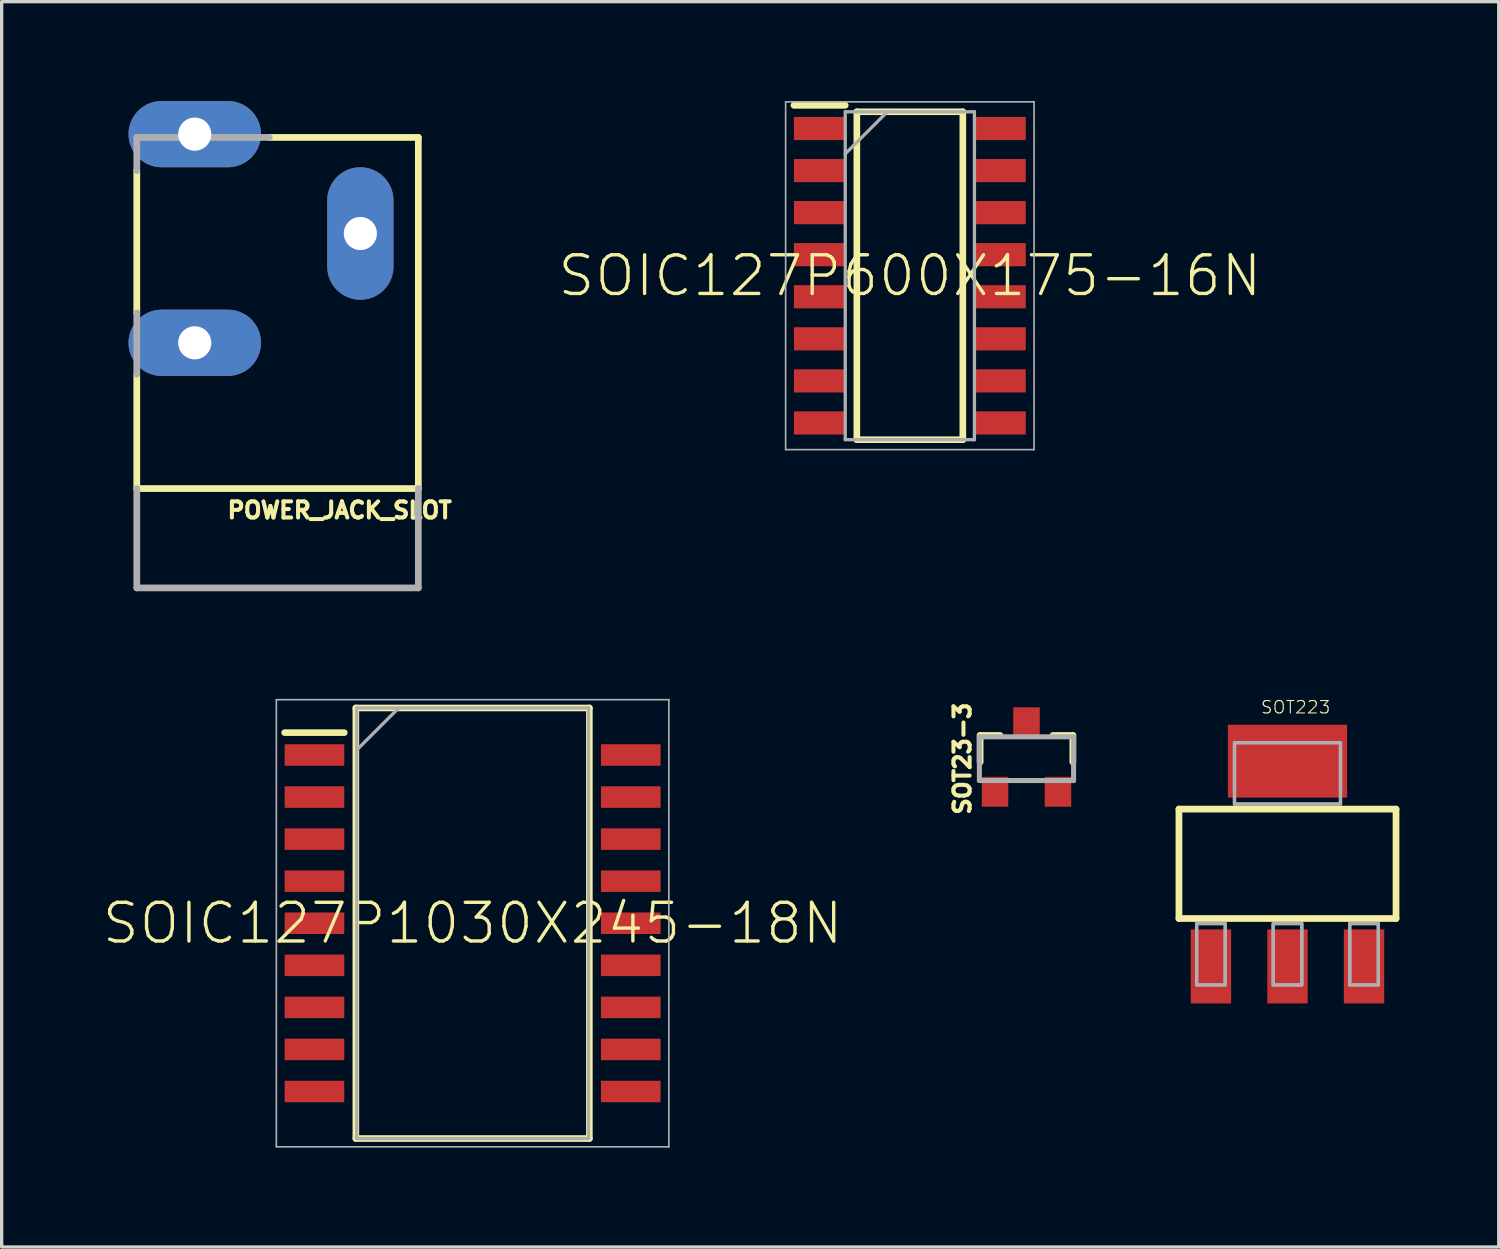
<source format=kicad_pcb>
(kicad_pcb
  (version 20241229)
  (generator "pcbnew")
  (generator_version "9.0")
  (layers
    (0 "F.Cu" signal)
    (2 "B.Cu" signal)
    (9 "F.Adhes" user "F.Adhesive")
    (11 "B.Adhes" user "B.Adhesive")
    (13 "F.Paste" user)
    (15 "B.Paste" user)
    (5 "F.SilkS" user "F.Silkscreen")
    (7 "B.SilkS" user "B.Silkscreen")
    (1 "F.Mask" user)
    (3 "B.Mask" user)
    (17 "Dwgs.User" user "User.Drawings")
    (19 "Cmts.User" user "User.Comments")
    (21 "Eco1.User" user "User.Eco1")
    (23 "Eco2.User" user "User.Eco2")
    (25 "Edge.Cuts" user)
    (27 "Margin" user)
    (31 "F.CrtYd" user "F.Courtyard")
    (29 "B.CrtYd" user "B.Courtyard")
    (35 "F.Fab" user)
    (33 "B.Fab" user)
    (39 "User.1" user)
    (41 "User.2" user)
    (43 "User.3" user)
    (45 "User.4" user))
  (footprint "SOIC127P600X175-16N"
    (layer "F.Cu")
    (at 24.42 5.275)
    (property "Reference" "SOIC127P600X175-16N" (at 0 0 0) (unlocked yes) (layer "F.SilkS") (effects (font (size 1.168 1.168) (thickness 0.102))))
    (fp_line (start -3.5 -5.145) (end -1.95 -5.145) (stroke (width 0.2) (type solid)) (layer "F.SilkS"))
    (fp_line (start -1.6 -4.95) (end 1.6 -4.95) (stroke (width 0.2) (type solid)) (layer "F.SilkS"))
    (fp_line (start -1.6 4.95) (end -1.6 -4.95) (stroke (width 0.2) (type solid)) (layer "F.SilkS"))
    (fp_line (start 1.6 -4.95) (end 1.6 4.95) (stroke (width 0.2) (type solid)) (layer "F.SilkS"))
    (fp_line (start 1.6 4.95) (end -1.6 4.95) (stroke (width 0.2) (type solid)) (layer "F.SilkS"))
    (fp_line (start -3.75 -5.25) (end 3.75 -5.25) (stroke (width 0.05) (type solid)) (layer "F.Fab"))
    (fp_line (start -3.75 5.25) (end -3.75 -5.25) (stroke (width 0.05) (type solid)) (layer "F.Fab"))
    (fp_line (start -1.95 -4.95) (end 1.95 -4.95) (stroke (width 0.1) (type solid)) (layer "F.Fab"))
    (fp_line (start -1.95 -3.68) (end -0.68 -4.95) (stroke (width 0.1) (type solid)) (layer "F.Fab"))
    (fp_line (start -1.95 4.95) (end -1.95 -4.95) (stroke (width 0.1) (type solid)) (layer "F.Fab"))
    (fp_line (start 1.95 -4.95) (end 1.95 4.95) (stroke (width 0.1) (type solid)) (layer "F.Fab"))
    (fp_line (start 1.95 4.95) (end -1.95 4.95) (stroke (width 0.1) (type solid)) (layer "F.Fab"))
    (fp_line (start 3.75 -5.25) (end 3.75 5.25) (stroke (width 0.05) (type solid)) (layer "F.Fab"))
    (fp_line (start 3.75 5.25) (end -3.75 5.25) (stroke (width 0.05) (type solid)) (layer "F.Fab"))
    (pad "1" smd rect (at -2.725 -4.445) (size 1.55 0.7) (layers "F.Cu" "F.Mask" "F.Paste"))
    (pad "2" smd rect (at -2.725 -3.175) (size 1.55 0.7) (layers "F.Cu" "F.Mask" "F.Paste"))
    (pad "3" smd rect (at -2.725 -1.905) (size 1.55 0.7) (layers "F.Cu" "F.Mask" "F.Paste"))
    (pad "4" smd rect (at -2.725 -0.635) (size 1.55 0.7) (layers "F.Cu" "F.Mask" "F.Paste"))
    (pad "5" smd rect (at -2.725 0.635) (size 1.55 0.7) (layers "F.Cu" "F.Mask" "F.Paste"))
    (pad "6" smd rect (at -2.725 1.905) (size 1.55 0.7) (layers "F.Cu" "F.Mask" "F.Paste"))
    (pad "7" smd rect (at -2.725 3.175) (size 1.55 0.7) (layers "F.Cu" "F.Mask" "F.Paste"))
    (pad "8" smd rect (at -2.725 4.445) (size 1.55 0.7) (layers "F.Cu" "F.Mask" "F.Paste"))
    (pad "9" smd rect (at 2.725 4.445) (size 1.55 0.7) (layers "F.Cu" "F.Mask" "F.Paste"))
    (pad "10" smd rect (at 2.725 3.175) (size 1.55 0.7) (layers "F.Cu" "F.Mask" "F.Paste"))
    (pad "11" smd rect (at 2.725 1.905) (size 1.55 0.7) (layers "F.Cu" "F.Mask" "F.Paste"))
    (pad "12" smd rect (at 2.725 0.635) (size 1.55 0.7) (layers "F.Cu" "F.Mask" "F.Paste"))
    (pad "13" smd rect (at 2.725 -0.635) (size 1.55 0.7) (layers "F.Cu" "F.Mask" "F.Paste"))
    (pad "14" smd rect (at 2.725 -1.905) (size 1.55 0.7) (layers "F.Cu" "F.Mask" "F.Paste"))
    (pad "15" smd rect (at 2.725 -3.175) (size 1.55 0.7) (layers "F.Cu" "F.Mask" "F.Paste"))
    (pad "16" smd rect (at 2.725 -4.445) (size 1.55 0.7) (layers "F.Cu" "F.Mask" "F.Paste")))
  (footprint "SOIC127P1030X245-18N"
    (layer "F.Cu")
    (at 11.219 24.825)
    (property "Reference" "SOIC127P1030X245-18N" (at 0 0 0) (unlocked yes) (layer "F.SilkS") (effects (font (size 1.168 1.168) (thickness 0.102))))
    (fp_line (start -5.675 -5.755) (end -3.875 -5.755) (stroke (width 0.2) (type solid)) (layer "F.SilkS"))
    (fp_line (start -3.525 -6.5) (end 3.525 -6.5) (stroke (width 0.2) (type solid)) (layer "F.SilkS"))
    (fp_line (start -3.525 6.5) (end -3.525 -6.5) (stroke (width 0.2) (type solid)) (layer "F.SilkS"))
    (fp_line (start 3.525 -6.5) (end 3.525 6.5) (stroke (width 0.2) (type solid)) (layer "F.SilkS"))
    (fp_line (start 3.525 6.5) (end -3.525 6.5) (stroke (width 0.2) (type solid)) (layer "F.SilkS"))
    (fp_line (start -5.925 -6.75) (end 5.925 -6.75) (stroke (width 0.05) (type solid)) (layer "F.Fab"))
    (fp_line (start -5.925 6.75) (end -5.925 -6.75) (stroke (width 0.05) (type solid)) (layer "F.Fab"))
    (fp_line (start -3.5 -6.5) (end 3.5 -6.5) (stroke (width 0.1) (type solid)) (layer "F.Fab"))
    (fp_line (start -3.5 -5.23) (end -2.23 -6.5) (stroke (width 0.1) (type solid)) (layer "F.Fab"))
    (fp_line (start -3.5 6.5) (end -3.5 -6.5) (stroke (width 0.1) (type solid)) (layer "F.Fab"))
    (fp_line (start 3.5 -6.5) (end 3.5 6.5) (stroke (width 0.1) (type solid)) (layer "F.Fab"))
    (fp_line (start 3.5 6.5) (end -3.5 6.5) (stroke (width 0.1) (type solid)) (layer "F.Fab"))
    (fp_line (start 5.925 -6.75) (end 5.925 6.75) (stroke (width 0.05) (type solid)) (layer "F.Fab"))
    (fp_line (start 5.925 6.75) (end -5.925 6.75) (stroke (width 0.05) (type solid)) (layer "F.Fab"))
    (pad "1" smd rect (at -4.775 -5.08) (size 1.8 0.65) (layers "F.Cu" "F.Mask" "F.Paste"))
    (pad "2" smd rect (at -4.775 -3.81) (size 1.8 0.65) (layers "F.Cu" "F.Mask" "F.Paste"))
    (pad "3" smd rect (at -4.775 -2.54) (size 1.8 0.65) (layers "F.Cu" "F.Mask" "F.Paste"))
    (pad "4" smd rect (at -4.775 -1.27) (size 1.8 0.65) (layers "F.Cu" "F.Mask" "F.Paste"))
    (pad "5" smd rect (at -4.775 0) (size 1.8 0.65) (layers "F.Cu" "F.Mask" "F.Paste"))
    (pad "6" smd rect (at -4.775 1.27) (size 1.8 0.65) (layers "F.Cu" "F.Mask" "F.Paste"))
    (pad "7" smd rect (at -4.775 2.54) (size 1.8 0.65) (layers "F.Cu" "F.Mask" "F.Paste"))
    (pad "8" smd rect (at -4.775 3.81) (size 1.8 0.65) (layers "F.Cu" "F.Mask" "F.Paste"))
    (pad "9" smd rect (at -4.775 5.08) (size 1.8 0.65) (layers "F.Cu" "F.Mask" "F.Paste"))
    (pad "10" smd rect (at 4.775 5.08) (size 1.8 0.65) (layers "F.Cu" "F.Mask" "F.Paste"))
    (pad "11" smd rect (at 4.775 3.81) (size 1.8 0.65) (layers "F.Cu" "F.Mask" "F.Paste"))
    (pad "12" smd rect (at 4.775 2.54) (size 1.8 0.65) (layers "F.Cu" "F.Mask" "F.Paste"))
    (pad "13" smd rect (at 4.775 1.27) (size 1.8 0.65) (layers "F.Cu" "F.Mask" "F.Paste"))
    (pad "14" smd rect (at 4.775 0) (size 1.8 0.65) (layers "F.Cu" "F.Mask" "F.Paste"))
    (pad "15" smd rect (at 4.775 -1.27) (size 1.8 0.65) (layers "F.Cu" "F.Mask" "F.Paste"))
    (pad "16" smd rect (at 4.775 -2.54) (size 1.8 0.65) (layers "F.Cu" "F.Mask" "F.Paste"))
    (pad "17" smd rect (at 4.775 -3.81) (size 1.8 0.65) (layers "F.Cu" "F.Mask" "F.Paste"))
    (pad "18" smd rect (at 4.775 -5.08) (size 1.8 0.65) (layers "F.Cu" "F.Mask" "F.Paste")))
  (footprint "POWER_JACK_SLOT"
    (layer "F.Cu")
    (at 0.25 14.8)
    (property "Reference" "POWER_JACK_SLOT" (at 3.505 -2.159 0) (unlocked yes) (layer "F.SilkS") (effects (font (size 0.488 0.488) (thickness 0.122)) (justify left bottom)))
    (fp_line (start 0.83 -12.7) (end 0.83 -8.4) (stroke (width 0.203) (type solid)) (layer "F.SilkS"))
    (fp_line (start 0.83 -6.51) (end 0.83 -3.1) (stroke (width 0.203) (type solid)) (layer "F.SilkS"))
    (fp_line (start 0.83 -3.1) (end 9.33 -3.1) (stroke (width 0.203) (type solid)) (layer "F.SilkS"))
    (fp_line (start 9.33 -13.7) (end 4.83 -13.7) (stroke (width 0.203) (type solid)) (layer "F.SilkS"))
    (fp_line (start 9.33 -3.1) (end 9.28 -3.1) (stroke (width 0.203) (type solid)) (layer "F.SilkS"))
    (fp_line (start 9.33 -3.1) (end 9.33 -13.7) (stroke (width 0.203) (type solid)) (layer "F.SilkS"))
    (fp_line (start 0.83 -13.7) (end 0.83 -12.7) (stroke (width 0.203) (type solid)) (layer "F.Fab"))
    (fp_line (start 0.83 -8.4) (end 0.83 -6.55) (stroke (width 0.203) (type solid)) (layer "F.Fab"))
    (fp_line (start 0.83 -3.1) (end 0.83 -0.1) (stroke (width 0.203) (type solid)) (layer "F.Fab"))
    (fp_line (start 4.83 -13.7) (end 0.83 -13.7) (stroke (width 0.203) (type solid)) (layer "F.Fab"))
    (fp_line (start 9.33 -0.1) (end 0.83 -0.1) (stroke (width 0.203) (type solid)) (layer "F.Fab"))
    (fp_line (start 9.33 -0.1) (end 9.33 -3.1) (stroke (width 0.203) (type solid)) (layer "F.Fab"))
    (pad "GND@1" thru_hole oval (at 2.58 -7.5) (size 4 2) (drill 1) (layers "*.Cu" "*.Mask"))
    (pad "GND@2" thru_hole oval (at 7.58 -10.8 90) (size 4 2) (drill 1) (layers "*.Cu" "*.Mask"))
    (pad "PWR" thru_hole oval (at 2.58 -13.8) (size 4 2) (drill 1) (layers "*.Cu" "*.Mask")))
  (footprint "SOT223"
    (layer "F.Cu")
    (at 35.822 23.03)
    (property "Reference" "SOT223" (at -0.826 -4.508 0) (unlocked yes) (layer "F.SilkS") (effects (font (size 0.374 0.374) (thickness 0.033)) (justify left bottom)))
    (fp_line (start -3.277 -1.651) (end 3.277 -1.651) (stroke (width 0.203) (type solid)) (layer "F.SilkS"))
    (fp_line (start -3.277 1.651) (end -3.277 -1.651) (stroke (width 0.203) (type solid)) (layer "F.SilkS"))
    (fp_line (start 3.277 -1.651) (end 3.277 1.651) (stroke (width 0.203) (type solid)) (layer "F.SilkS"))
    (fp_line (start 3.277 1.651) (end -3.277 1.651) (stroke (width 0.203) (type solid)) (layer "F.SilkS"))
    (fp_poly (pts (xy -2.743 3.658) (xy -1.88 3.658) (xy -1.88 1.803) (xy -2.743 1.803)) (stroke (width 0.1) (type default)) (fill no) (layer "F.Fab"))
    (fp_poly (pts (xy -2.743 3.658) (xy -1.88 3.658) (xy -1.88 1.803) (xy -2.743 1.803)) (stroke (width 0.1) (type default)) (fill no) (layer "F.Fab"))
    (fp_poly (pts (xy -1.6 -1.803) (xy 1.6 -1.803) (xy 1.6 -3.658) (xy -1.6 -3.658)) (stroke (width 0.1) (type default)) (fill no) (layer "F.Fab"))
    (fp_poly (pts (xy -1.6 -1.803) (xy 1.6 -1.803) (xy 1.6 -3.658) (xy -1.6 -3.658)) (stroke (width 0.1) (type default)) (fill no) (layer "F.Fab"))
    (fp_poly (pts (xy -0.432 3.658) (xy 0.432 3.658) (xy 0.432 1.803) (xy -0.432 1.803)) (stroke (width 0.1) (type default)) (fill no) (layer "F.Fab"))
    (fp_poly (pts (xy -0.432 3.658) (xy 0.432 3.658) (xy 0.432 1.803) (xy -0.432 1.803)) (stroke (width 0.1) (type default)) (fill no) (layer "F.Fab"))
    (fp_poly (pts (xy 1.88 3.658) (xy 2.743 3.658) (xy 2.743 1.803) (xy 1.88 1.803)) (stroke (width 0.1) (type default)) (fill no) (layer "F.Fab"))
    (fp_poly (pts (xy 1.88 3.658) (xy 2.743 3.658) (xy 2.743 1.803) (xy 1.88 1.803)) (stroke (width 0.1) (type default)) (fill no) (layer "F.Fab"))
    (pad "1" smd rect (at -2.311 3.099) (size 1.219 2.235) (layers "F.Cu" "F.Mask" "F.Paste"))
    (pad "2" smd rect (at 0 3.099) (size 1.219 2.235) (layers "F.Cu" "F.Mask" "F.Paste"))
    (pad "3" smd rect (at 2.311 3.099) (size 1.219 2.235) (layers "F.Cu" "F.Mask" "F.Paste"))
    (pad "4" smd rect (at 0 -3.099) (size 3.6 2.2) (layers "F.Cu" "F.Mask" "F.Paste")))
  (footprint "SOT23-3"
    (layer "F.Cu")
    (at 27.942 19.856)
    (property "Reference" "SOT23-3" (at -1.651 0 90) (unlocked yes) (layer "F.SilkS") (effects (font (size 0.488 0.488) (thickness 0.122)) (justify bottom)))
    (fp_line (start -1.4 -0.7) (end -1.4 0.1) (stroke (width 0.203) (type solid)) (layer "F.SilkS"))
    (fp_line (start -0.8 -0.7) (end -1.4 -0.7) (stroke (width 0.203) (type solid)) (layer "F.SilkS"))
    (fp_line (start 0.8 -0.7) (end 1.4 -0.7) (stroke (width 0.203) (type solid)) (layer "F.SilkS"))
    (fp_line (start 1.4 -0.7) (end 1.4 0.1) (stroke (width 0.203) (type solid)) (layer "F.SilkS"))
    (fp_line (start -1.422 -0.66) (end 1.422 -0.66) (stroke (width 0.152) (type solid)) (layer "F.Fab"))
    (fp_line (start -1.422 0.66) (end -1.422 -0.66) (stroke (width 0.152) (type solid)) (layer "F.Fab"))
    (fp_line (start 1.422 -0.66) (end 1.422 0.66) (stroke (width 0.152) (type solid)) (layer "F.Fab"))
    (fp_line (start 1.422 0.66) (end -1.422 0.66) (stroke (width 0.152) (type solid)) (layer "F.Fab"))
    (pad "1" smd rect (at -0.95 1) (size 0.8 0.9) (layers "F.Cu" "F.Mask" "F.Paste"))
    (pad "2" smd rect (at 0.95 1) (size 0.8 0.9) (layers "F.Cu" "F.Mask" "F.Paste"))
    (pad "3" smd rect (at 0 -1.1) (size 0.8 0.9) (layers "F.Cu" "F.Mask" "F.Paste")))
  (gr_rect
    (start -3 -3)
    (end 42.2 34.6)
    (stroke (width 0.1) (type default))
    (fill no)
    (layer "Edge.Cuts")))
</source>
